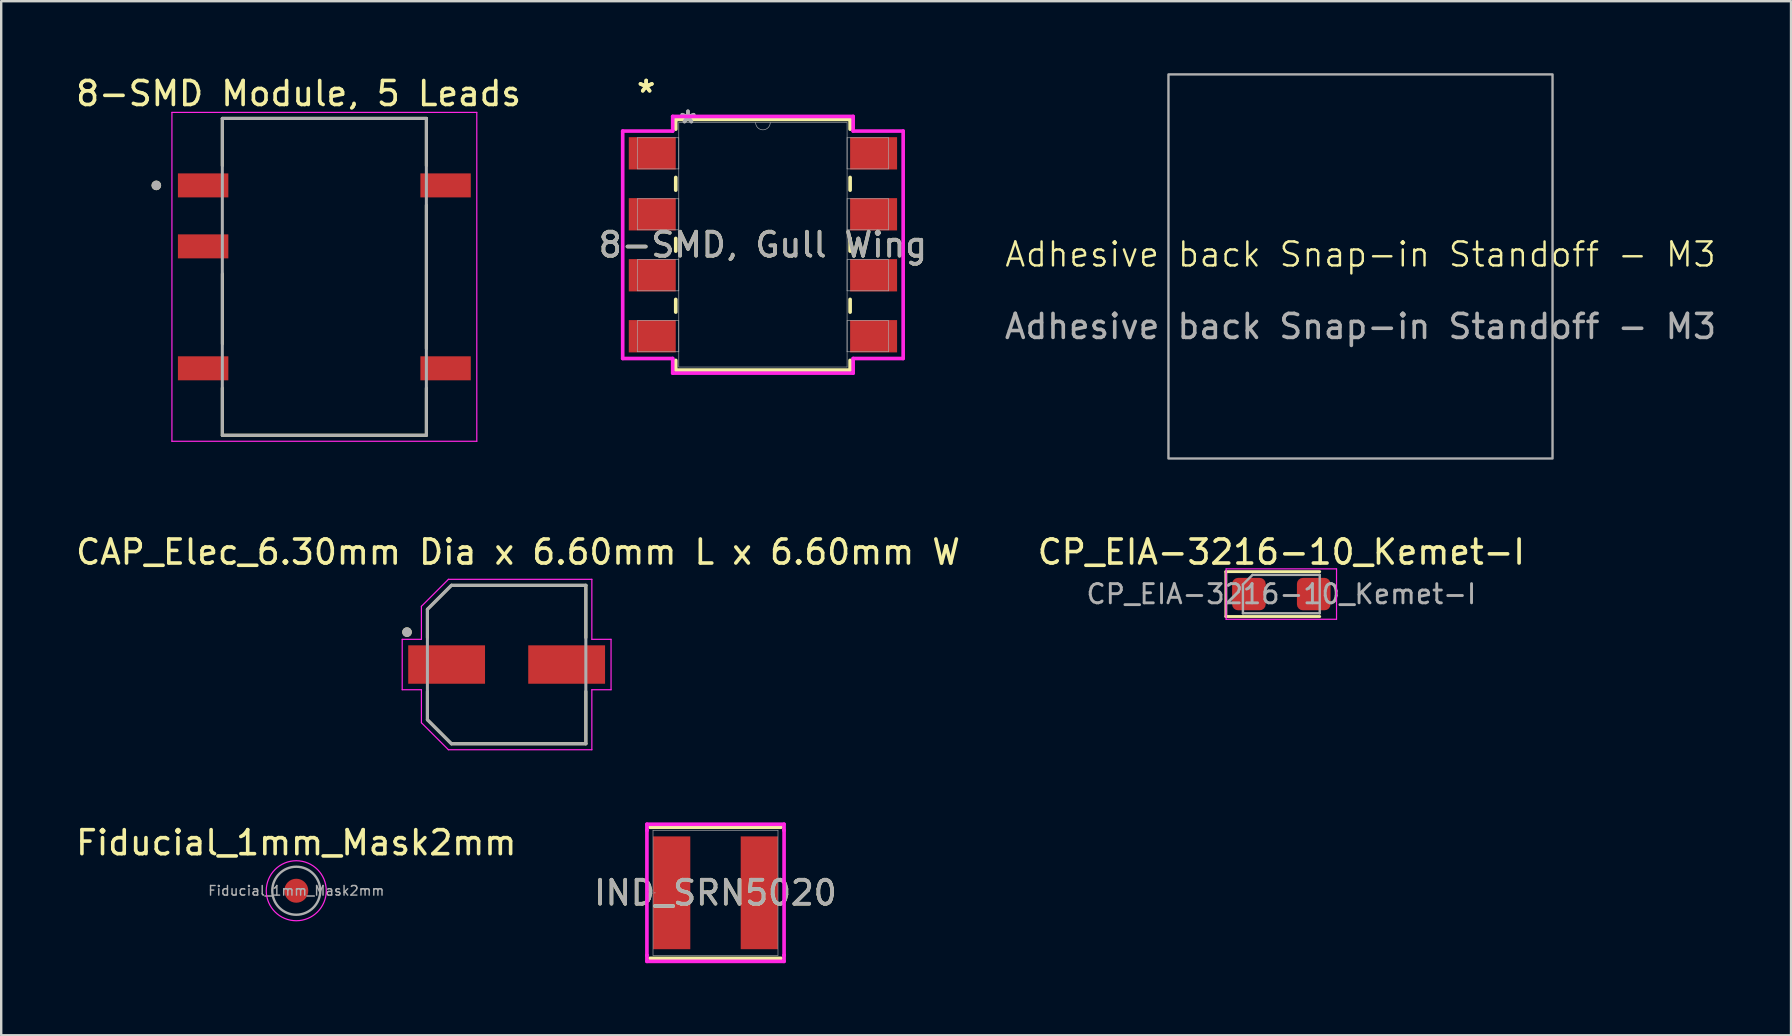
<source format=kicad_pcb>
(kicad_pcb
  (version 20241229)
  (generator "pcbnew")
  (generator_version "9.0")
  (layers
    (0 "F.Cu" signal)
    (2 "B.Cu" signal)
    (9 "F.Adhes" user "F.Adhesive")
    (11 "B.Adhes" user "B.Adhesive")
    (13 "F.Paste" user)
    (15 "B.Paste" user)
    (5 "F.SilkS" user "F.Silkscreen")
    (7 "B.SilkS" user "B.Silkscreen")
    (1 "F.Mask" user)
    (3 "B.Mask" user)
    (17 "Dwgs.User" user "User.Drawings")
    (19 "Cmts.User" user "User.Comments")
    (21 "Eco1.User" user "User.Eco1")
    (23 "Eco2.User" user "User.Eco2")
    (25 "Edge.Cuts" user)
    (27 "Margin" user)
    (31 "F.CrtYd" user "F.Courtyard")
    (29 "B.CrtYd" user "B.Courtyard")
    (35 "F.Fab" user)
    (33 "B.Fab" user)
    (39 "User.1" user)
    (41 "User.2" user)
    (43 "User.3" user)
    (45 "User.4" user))
  (footprint "Adhesive back Snap-in Standoff - M3"
    (layer "F.Cu")
    (at 53.625 8.05)
    (property "Reference" "Adhesive back Snap-in Standoff - M3" (at 0 -0.5 0) (unlocked yes) (layer "F.SilkS") (effects (font (size 1 1) (thickness 0.1))))
    (fp_rect (start -8 -8) (end 8 8) (stroke (width 0.1) (type default)) (fill no) (layer "F.Fab"))
    (fp_text user "${REFERENCE}" (at 0 2.5 0) (unlocked yes) (layer "F.Fab") (effects (font (size 1 1) (thickness 0.15)))))
  (footprint "8-SMD Module, 5 Leads"
    (layer "F.Cu")
    (at 10.462 8.483)
    (property "Reference" "8-SMD Module, 5 Leads" (at -1.075 -7.635 0) (layer "F.SilkS") (effects (font (size 1 1) (thickness 0.15))))
    (attr smd)
    (fp_line (start -4.25 -6.6) (end -4.25 -4.63) (stroke (width 0.127) (type solid)) (layer "F.SilkS"))
    (fp_line (start -4.25 -6.6) (end 4.25 -6.6) (stroke (width 0.127) (type solid)) (layer "F.SilkS"))
    (fp_line (start -4.25 6.6) (end -4.25 4.63) (stroke (width 0.127) (type solid)) (layer "F.SilkS"))
    (fp_line (start -4.247 -0.127) (end -4.247 2.794) (stroke (width 0.127) (type solid)) (layer "F.SilkS"))
    (fp_line (start 4.25 -6.6) (end 4.25 -4.63) (stroke (width 0.127) (type solid)) (layer "F.SilkS"))
    (fp_line (start 4.25 -2.99) (end 4.25 2.99) (stroke (width 0.127) (type solid)) (layer "F.SilkS"))
    (fp_line (start 4.25 6.6) (end -4.25 6.6) (stroke (width 0.127) (type solid)) (layer "F.SilkS"))
    (fp_line (start 4.25 6.6) (end 4.25 4.63) (stroke (width 0.127) (type solid)) (layer "F.SilkS"))
    (fp_circle (center -7 -3.81) (end -6.9 -3.81) (stroke (width 0.2) (type solid)) (fill no) (layer "F.SilkS"))
    (fp_line (start -6.35 -6.85) (end -6.35 6.85) (stroke (width 0.05) (type solid)) (layer "F.CrtYd"))
    (fp_line (start -6.35 6.85) (end 6.35 6.85) (stroke (width 0.05) (type solid)) (layer "F.CrtYd"))
    (fp_line (start 6.35 -6.85) (end -6.35 -6.85) (stroke (width 0.05) (type solid)) (layer "F.CrtYd"))
    (fp_line (start 6.35 6.85) (end 6.35 -6.85) (stroke (width 0.05) (type solid)) (layer "F.CrtYd"))
    (fp_line (start -4.25 -6.6) (end 4.25 -6.6) (stroke (width 0.127) (type solid)) (layer "F.Fab"))
    (fp_line (start -4.25 6.6) (end -4.25 -6.6) (stroke (width 0.127) (type solid)) (layer "F.Fab"))
    (fp_line (start 4.25 -6.6) (end 4.25 6.6) (stroke (width 0.127) (type solid)) (layer "F.Fab"))
    (fp_line (start 4.25 6.6) (end -4.25 6.6) (stroke (width 0.127) (type solid)) (layer "F.Fab"))
    (fp_circle (center -7 -3.81) (end -6.9 -3.81) (stroke (width 0.2) (type solid)) (fill no) (layer "F.Fab"))
    (pad "1" smd rect (at -5.05 -3.81) (size 2.1 1) (layers "F.Cu" "F.Mask" "F.Paste"))
    (pad "2" smd rect (at -5.05 -1.27) (size 2.1 1) (layers "F.Cu" "F.Mask" "F.Paste"))
    (pad "4" smd rect (at -5.05 3.81) (size 2.1 1) (layers "F.Cu" "F.Mask" "F.Paste"))
    (pad "5" smd rect (at 5.05 3.81) (size 2.1 1) (layers "F.Cu" "F.Mask" "F.Paste"))
    (pad "8" smd rect (at 5.05 -3.81) (size 2.1 1) (layers "F.Cu" "F.Mask" "F.Paste")))
  (footprint "8-SMD, Gull Wing"
    (layer "F.Cu")
    (at 28.732 7.147)
    (property "Reference" "8-SMD, Gull Wing" (at 0 0 0) (unlocked yes) (layer "F.SilkS") (effects (font (size 1 1) (thickness 0.15))))
    (attr smd)
    (fp_line (start -3.632 -5.22) (end -3.632 -4.816) (stroke (width 0.152) (type solid)) (layer "F.SilkS"))
    (fp_line (start -3.632 -2.804) (end -3.632 -2.276) (stroke (width 0.152) (type solid)) (layer "F.SilkS"))
    (fp_line (start -3.632 -0.264) (end -3.632 0.264) (stroke (width 0.152) (type solid)) (layer "F.SilkS"))
    (fp_line (start -3.632 2.276) (end -3.632 2.804) (stroke (width 0.152) (type solid)) (layer "F.SilkS"))
    (fp_line (start -3.632 4.816) (end -3.632 5.22) (stroke (width 0.152) (type solid)) (layer "F.SilkS"))
    (fp_line (start -3.632 5.22) (end 3.632 5.22) (stroke (width 0.152) (type solid)) (layer "F.SilkS"))
    (fp_line (start 3.632 -5.22) (end -3.632 -5.22) (stroke (width 0.152) (type solid)) (layer "F.SilkS"))
    (fp_line (start 3.632 -4.816) (end 3.632 -5.22) (stroke (width 0.152) (type solid)) (layer "F.SilkS"))
    (fp_line (start 3.632 -2.276) (end 3.632 -2.804) (stroke (width 0.152) (type solid)) (layer "F.SilkS"))
    (fp_line (start 3.632 0.264) (end 3.632 -0.264) (stroke (width 0.152) (type solid)) (layer "F.SilkS"))
    (fp_line (start 3.632 2.804) (end 3.632 2.276) (stroke (width 0.152) (type solid)) (layer "F.SilkS"))
    (fp_line (start 3.632 5.22) (end 3.632 4.816) (stroke (width 0.152) (type solid)) (layer "F.SilkS"))
    (fp_line (start -5.842 -4.737) (end -3.759 -4.737) (stroke (width 0.152) (type solid)) (layer "F.CrtYd"))
    (fp_line (start -5.842 4.737) (end -5.842 -4.737) (stroke (width 0.152) (type solid)) (layer "F.CrtYd"))
    (fp_line (start -5.842 4.737) (end -3.759 4.737) (stroke (width 0.152) (type solid)) (layer "F.CrtYd"))
    (fp_line (start -3.759 -5.347) (end 3.759 -5.347) (stroke (width 0.152) (type solid)) (layer "F.CrtYd"))
    (fp_line (start -3.759 -4.737) (end -3.759 -5.347) (stroke (width 0.152) (type solid)) (layer "F.CrtYd"))
    (fp_line (start -3.759 5.347) (end -3.759 4.737) (stroke (width 0.152) (type solid)) (layer "F.CrtYd"))
    (fp_line (start 3.759 -5.347) (end 3.759 -4.737) (stroke (width 0.152) (type solid)) (layer "F.CrtYd"))
    (fp_line (start 3.759 4.737) (end 3.759 5.347) (stroke (width 0.152) (type solid)) (layer "F.CrtYd"))
    (fp_line (start 3.759 5.347) (end -3.759 5.347) (stroke (width 0.152) (type solid)) (layer "F.CrtYd"))
    (fp_line (start 5.842 -4.737) (end 3.759 -4.737) (stroke (width 0.152) (type solid)) (layer "F.CrtYd"))
    (fp_line (start 5.842 -4.737) (end 5.842 4.737) (stroke (width 0.152) (type solid)) (layer "F.CrtYd"))
    (fp_line (start 5.842 4.737) (end 3.759 4.737) (stroke (width 0.152) (type solid)) (layer "F.CrtYd"))
    (fp_line (start -5.232 -4.458) (end -5.232 -3.162) (stroke (width 0.025) (type solid)) (layer "F.Fab"))
    (fp_line (start -5.232 -3.162) (end -3.505 -3.162) (stroke (width 0.025) (type solid)) (layer "F.Fab"))
    (fp_line (start -5.232 -1.918) (end -5.232 -0.622) (stroke (width 0.025) (type solid)) (layer "F.Fab"))
    (fp_line (start -5.232 -0.622) (end -3.505 -0.622) (stroke (width 0.025) (type solid)) (layer "F.Fab"))
    (fp_line (start -5.232 0.622) (end -5.232 1.918) (stroke (width 0.025) (type solid)) (layer "F.Fab"))
    (fp_line (start -5.232 1.918) (end -3.505 1.918) (stroke (width 0.025) (type solid)) (layer "F.Fab"))
    (fp_line (start -5.232 3.162) (end -5.232 4.458) (stroke (width 0.025) (type solid)) (layer "F.Fab"))
    (fp_line (start -5.232 4.458) (end -3.505 4.458) (stroke (width 0.025) (type solid)) (layer "F.Fab"))
    (fp_line (start -3.505 -5.093) (end -3.505 5.093) (stroke (width 0.025) (type solid)) (layer "F.Fab"))
    (fp_line (start -3.505 -4.458) (end -5.232 -4.458) (stroke (width 0.025) (type solid)) (layer "F.Fab"))
    (fp_line (start -3.505 -3.162) (end -3.505 -4.458) (stroke (width 0.025) (type solid)) (layer "F.Fab"))
    (fp_line (start -3.505 -1.918) (end -5.232 -1.918) (stroke (width 0.025) (type solid)) (layer "F.Fab"))
    (fp_line (start -3.505 -0.622) (end -3.505 -1.918) (stroke (width 0.025) (type solid)) (layer "F.Fab"))
    (fp_line (start -3.505 0.622) (end -5.232 0.622) (stroke (width 0.025) (type solid)) (layer "F.Fab"))
    (fp_line (start -3.505 1.918) (end -3.505 0.622) (stroke (width 0.025) (type solid)) (layer "F.Fab"))
    (fp_line (start -3.505 3.162) (end -5.232 3.162) (stroke (width 0.025) (type solid)) (layer "F.Fab"))
    (fp_line (start -3.505 4.458) (end -3.505 3.162) (stroke (width 0.025) (type solid)) (layer "F.Fab"))
    (fp_line (start -3.505 5.093) (end 3.505 5.093) (stroke (width 0.025) (type solid)) (layer "F.Fab"))
    (fp_line (start 3.505 -5.093) (end -3.505 -5.093) (stroke (width 0.025) (type solid)) (layer "F.Fab"))
    (fp_line (start 3.505 -4.458) (end 3.505 -3.162) (stroke (width 0.025) (type solid)) (layer "F.Fab"))
    (fp_line (start 3.505 -3.162) (end 5.232 -3.162) (stroke (width 0.025) (type solid)) (layer "F.Fab"))
    (fp_line (start 3.505 -1.918) (end 3.505 -0.622) (stroke (width 0.025) (type solid)) (layer "F.Fab"))
    (fp_line (start 3.505 -0.622) (end 5.232 -0.622) (stroke (width 0.025) (type solid)) (layer "F.Fab"))
    (fp_line (start 3.505 0.622) (end 3.505 1.918) (stroke (width 0.025) (type solid)) (layer "F.Fab"))
    (fp_line (start 3.505 1.918) (end 5.232 1.918) (stroke (width 0.025) (type solid)) (layer "F.Fab"))
    (fp_line (start 3.505 3.162) (end 3.505 4.458) (stroke (width 0.025) (type solid)) (layer "F.Fab"))
    (fp_line (start 3.505 4.458) (end 5.232 4.458) (stroke (width 0.025) (type solid)) (layer "F.Fab"))
    (fp_line (start 3.505 5.093) (end 3.505 -5.093) (stroke (width 0.025) (type solid)) (layer "F.Fab"))
    (fp_line (start 5.232 -4.458) (end 3.505 -4.458) (stroke (width 0.025) (type solid)) (layer "F.Fab"))
    (fp_line (start 5.232 -3.162) (end 5.232 -4.458) (stroke (width 0.025) (type solid)) (layer "F.Fab"))
    (fp_line (start 5.232 -1.918) (end 3.505 -1.918) (stroke (width 0.025) (type solid)) (layer "F.Fab"))
    (fp_line (start 5.232 -0.622) (end 5.232 -1.918) (stroke (width 0.025) (type solid)) (layer "F.Fab"))
    (fp_line (start 5.232 0.622) (end 3.505 0.622) (stroke (width 0.025) (type solid)) (layer "F.Fab"))
    (fp_line (start 5.232 1.918) (end 5.232 0.622) (stroke (width 0.025) (type solid)) (layer "F.Fab"))
    (fp_line (start 5.232 3.162) (end 3.505 3.162) (stroke (width 0.025) (type solid)) (layer "F.Fab"))
    (fp_line (start 5.232 4.458) (end 5.232 3.162) (stroke (width 0.025) (type solid)) (layer "F.Fab"))
    (fp_arc (start 0.3048 -5.0927) (mid 0 -4.7879) (end -0.3048 -5.0927) (stroke (width 0.0254) (type solid)) (layer "F.Fab"))
    (fp_text user "*" (at -4.864 -6.299 0) (layer "F.SilkS") (effects (font (size 1 1) (thickness 0.15))))
    (fp_text user "*" (at -4.864 -6.299 0) (unlocked yes) (layer "F.SilkS") (effects (font (size 1 1) (thickness 0.15))))
    (fp_text user "${REFERENCE}" (at 0 0 0) (unlocked yes) (layer "F.Fab") (effects (font (size 1 1) (thickness 0.15))))
    (fp_text user "*" (at -3.124 -5.016 0) (layer "F.Fab") (effects (font (size 1 1) (thickness 0.15))))
    (fp_text user "*" (at -3.124 -5.016 0) (unlocked yes) (layer "F.Fab") (effects (font (size 1 1) (thickness 0.15))))
    (pad "1" smd rect (at -4.61 -3.81) (size 1.956 1.346) (layers "F.Cu" "F.Mask" "F.Paste"))
    (pad "2" smd rect (at -4.61 -1.27) (size 1.956 1.346) (layers "F.Cu" "F.Mask" "F.Paste"))
    (pad "3" smd rect (at -4.61 1.27) (size 1.956 1.346) (layers "F.Cu" "F.Mask" "F.Paste"))
    (pad "4" smd rect (at -4.61 3.81) (size 1.956 1.346) (layers "F.Cu" "F.Mask" "F.Paste"))
    (pad "5" smd rect (at 4.61 3.81) (size 1.956 1.346) (layers "F.Cu" "F.Mask" "F.Paste"))
    (pad "6" smd rect (at 4.61 1.27) (size 1.956 1.346) (layers "F.Cu" "F.Mask" "F.Paste"))
    (pad "7" smd rect (at 4.61 -1.27) (size 1.956 1.346) (layers "F.Cu" "F.Mask" "F.Paste"))
    (pad "8" smd rect (at 4.61 -3.81) (size 1.956 1.346) (layers "F.Cu" "F.Mask" "F.Paste")))
  (footprint "CAP_Elec_6.30mm Dia x 6.60mm L x 6.60mm W"
    (layer "F.Cu")
    (at 18.055 24.633)
    (property "Reference" "CAP_Elec_6.30mm Dia x 6.60mm L x 6.60mm W" (at 0.475 -4.685 0) (layer "F.SilkS") (effects (font (size 1 1) (thickness 0.15))))
    (attr smd)
    (fp_line (start -3.3 -2.3) (end -3.3 -1.12) (stroke (width 0.127) (type solid)) (layer "F.SilkS"))
    (fp_line (start -3.3 1.12) (end -3.3 2.3) (stroke (width 0.127) (type solid)) (layer "F.SilkS"))
    (fp_line (start -3.3 2.3) (end -2.3 3.3) (stroke (width 0.127) (type solid)) (layer "F.SilkS"))
    (fp_line (start -2.3 -3.3) (end -3.3 -2.3) (stroke (width 0.127) (type solid)) (layer "F.SilkS"))
    (fp_line (start -2.3 3.3) (end 3.3 3.3) (stroke (width 0.127) (type solid)) (layer "F.SilkS"))
    (fp_line (start 3.3 -3.3) (end -2.3 -3.3) (stroke (width 0.127) (type solid)) (layer "F.SilkS"))
    (fp_line (start 3.3 -1.12) (end 3.3 -3.3) (stroke (width 0.127) (type solid)) (layer "F.SilkS"))
    (fp_line (start 3.3 3.3) (end 3.3 1.12) (stroke (width 0.127) (type solid)) (layer "F.SilkS"))
    (fp_circle (center -4.15 -1.35) (end -4.05 -1.35) (stroke (width 0.2) (type solid)) (fill no) (layer "F.SilkS"))
    (fp_line (start -4.35 -1.05) (end -3.55 -1.05) (stroke (width 0.05) (type solid)) (layer "F.CrtYd"))
    (fp_line (start -4.35 1.05) (end -4.35 -1.05) (stroke (width 0.05) (type solid)) (layer "F.CrtYd"))
    (fp_line (start -3.55 -2.425) (end -2.425 -3.55) (stroke (width 0.05) (type solid)) (layer "F.CrtYd"))
    (fp_line (start -3.55 -1.05) (end -3.55 -2.425) (stroke (width 0.05) (type solid)) (layer "F.CrtYd"))
    (fp_line (start -3.55 1.05) (end -4.35 1.05) (stroke (width 0.05) (type solid)) (layer "F.CrtYd"))
    (fp_line (start -3.55 2.425) (end -3.55 1.05) (stroke (width 0.05) (type solid)) (layer "F.CrtYd"))
    (fp_line (start -2.425 -3.55) (end 3.55 -3.55) (stroke (width 0.05) (type solid)) (layer "F.CrtYd"))
    (fp_line (start -2.425 3.55) (end -3.55 2.425) (stroke (width 0.05) (type solid)) (layer "F.CrtYd"))
    (fp_line (start 3.55 -3.55) (end 3.55 -1.05) (stroke (width 0.05) (type solid)) (layer "F.CrtYd"))
    (fp_line (start 3.55 -1.05) (end 4.35 -1.05) (stroke (width 0.05) (type solid)) (layer "F.CrtYd"))
    (fp_line (start 3.55 1.05) (end 3.55 3.55) (stroke (width 0.05) (type solid)) (layer "F.CrtYd"))
    (fp_line (start 3.55 3.55) (end -2.425 3.55) (stroke (width 0.05) (type solid)) (layer "F.CrtYd"))
    (fp_line (start 4.35 -1.05) (end 4.35 1.05) (stroke (width 0.05) (type solid)) (layer "F.CrtYd"))
    (fp_line (start 4.35 1.05) (end 3.55 1.05) (stroke (width 0.05) (type solid)) (layer "F.CrtYd"))
    (fp_line (start -3.3 -2.3) (end -3.3 2.3) (stroke (width 0.127) (type solid)) (layer "F.Fab"))
    (fp_line (start -3.3 2.3) (end -2.3 3.3) (stroke (width 0.127) (type solid)) (layer "F.Fab"))
    (fp_line (start -2.3 -3.3) (end -3.3 -2.3) (stroke (width 0.127) (type solid)) (layer "F.Fab"))
    (fp_line (start -2.3 3.3) (end 3.3 3.3) (stroke (width 0.127) (type solid)) (layer "F.Fab"))
    (fp_line (start 3.3 -3.3) (end -2.3 -3.3) (stroke (width 0.127) (type solid)) (layer "F.Fab"))
    (fp_line (start 3.3 3.3) (end 3.3 -3.3) (stroke (width 0.127) (type solid)) (layer "F.Fab"))
    (fp_circle (center -4.15 -1.35) (end -4.05 -1.35) (stroke (width 0.2) (type solid)) (fill no) (layer "F.Fab"))
    (pad "1" smd rect (at -2.5 0) (size 3.2 1.6) (layers "F.Cu" "F.Mask" "F.Paste"))
    (pad "2" smd rect (at 2.5 0) (size 3.2 1.6) (layers "F.Cu" "F.Mask" "F.Paste")))
  (footprint "IND_SRN5020"
    (layer "F.Cu")
    (at 26.756 34.142)
    (property "Reference" "IND_SRN5020" (at 0 0 0) (unlocked yes) (layer "F.SilkS") (effects (font (size 1 1) (thickness 0.15))))
    (attr smd)
    (fp_line (start -2.731 2.731) (end 2.731 2.731) (stroke (width 0.152) (type solid)) (layer "F.SilkS"))
    (fp_line (start 2.731 -2.731) (end -2.731 -2.731) (stroke (width 0.152) (type solid)) (layer "F.SilkS"))
    (fp_line (start -2.857 -2.857) (end 2.857 -2.857) (stroke (width 0.152) (type solid)) (layer "F.CrtYd"))
    (fp_line (start -2.857 -2.603) (end -2.857 -2.857) (stroke (width 0.152) (type solid)) (layer "F.CrtYd"))
    (fp_line (start -2.857 -2.603) (end -2.857 -2.603) (stroke (width 0.152) (type solid)) (layer "F.CrtYd"))
    (fp_line (start -2.857 2.603) (end -2.857 -2.603) (stroke (width 0.152) (type solid)) (layer "F.CrtYd"))
    (fp_line (start -2.857 2.603) (end -2.857 2.603) (stroke (width 0.152) (type solid)) (layer "F.CrtYd"))
    (fp_line (start -2.857 2.857) (end -2.857 2.603) (stroke (width 0.152) (type solid)) (layer "F.CrtYd"))
    (fp_line (start 2.857 -2.857) (end 2.857 -2.603) (stroke (width 0.152) (type solid)) (layer "F.CrtYd"))
    (fp_line (start 2.857 -2.603) (end 2.857 -2.603) (stroke (width 0.152) (type solid)) (layer "F.CrtYd"))
    (fp_line (start 2.857 -2.603) (end 2.857 2.603) (stroke (width 0.152) (type solid)) (layer "F.CrtYd"))
    (fp_line (start 2.857 2.603) (end 2.857 2.603) (stroke (width 0.152) (type solid)) (layer "F.CrtYd"))
    (fp_line (start 2.857 2.603) (end 2.857 2.857) (stroke (width 0.152) (type solid)) (layer "F.CrtYd"))
    (fp_line (start 2.857 2.857) (end -2.857 2.857) (stroke (width 0.152) (type solid)) (layer "F.CrtYd"))
    (fp_line (start -2.603 -2.603) (end -2.603 2.603) (stroke (width 0.025) (type solid)) (layer "F.Fab"))
    (fp_line (start -2.603 2.603) (end 2.603 2.603) (stroke (width 0.025) (type solid)) (layer "F.Fab"))
    (fp_line (start 2.603 -2.603) (end -2.603 -2.603) (stroke (width 0.025) (type solid)) (layer "F.Fab"))
    (fp_line (start 2.603 2.603) (end 2.603 -2.603) (stroke (width 0.025) (type solid)) (layer "F.Fab"))
    (fp_circle (center -2.527 0) (end -2.527 0) (stroke (width 0.025) (type solid)) (fill no) (layer "F.Fab"))
    (fp_text user "${REFERENCE}" (at 0 0 0) (unlocked yes) (layer "F.Fab") (effects (font (size 1 1) (thickness 0.15))))
    (pad "1" smd rect (at -1.825 0) (size 1.55 4.699) (layers "F.Cu" "F.Mask" "F.Paste"))
    (pad "2" smd rect (at 1.825 0) (size 1.55 4.699) (layers "F.Cu" "F.Mask" "F.Paste"))
    (zone (net_name "") (layer "F.Cu") (hatch full 0.508) (connect_pads) (min_thickness 0.254) (filled_areas_thickness no) (keepout (tracks not_allowed) (vias not_allowed) (pads allowed) (copperpour not_allowed) (footprints allowed)) (placement (enabled no)) (fill) (polygon (pts (xy 25.757 31.589) (xy 27.755 31.589) (xy 27.755 36.695) (xy 25.757 36.695)))))
  (footprint "CP_EIA-3216-10_Kemet-I"
    (layer "F.Cu")
    (at 50.327 21.698)
    (property "Reference" "CP_EIA-3216-10_Kemet-I" (at 0 -1.75 0) (layer "F.SilkS") (effects (font (size 1 1) (thickness 0.15))))
    (attr smd)
    (fp_line (start -2.31 -0.935) (end -2.31 0.935) (stroke (width 0.12) (type solid)) (layer "F.SilkS"))
    (fp_line (start -2.31 0.935) (end 1.6 0.935) (stroke (width 0.12) (type solid)) (layer "F.SilkS"))
    (fp_line (start 1.6 -0.935) (end -2.31 -0.935) (stroke (width 0.12) (type solid)) (layer "F.SilkS"))
    (fp_line (start -2.3 -1.05) (end 2.3 -1.05) (stroke (width 0.05) (type solid)) (layer "F.CrtYd"))
    (fp_line (start -2.3 1.05) (end -2.3 -1.05) (stroke (width 0.05) (type solid)) (layer "F.CrtYd"))
    (fp_line (start 2.3 -1.05) (end 2.3 1.05) (stroke (width 0.05) (type solid)) (layer "F.CrtYd"))
    (fp_line (start 2.3 1.05) (end -2.3 1.05) (stroke (width 0.05) (type solid)) (layer "F.CrtYd"))
    (fp_line (start -1.6 -0.4) (end -1.6 0.8) (stroke (width 0.1) (type solid)) (layer "F.Fab"))
    (fp_line (start -1.6 0.8) (end 1.6 0.8) (stroke (width 0.1) (type solid)) (layer "F.Fab"))
    (fp_line (start -1.2 -0.8) (end -1.6 -0.4) (stroke (width 0.1) (type solid)) (layer "F.Fab"))
    (fp_line (start 1.6 -0.8) (end -1.2 -0.8) (stroke (width 0.1) (type solid)) (layer "F.Fab"))
    (fp_line (start 1.6 0.8) (end 1.6 -0.8) (stroke (width 0.1) (type solid)) (layer "F.Fab"))
    (fp_text user "${REFERENCE}" (at 0 0 0) (layer "F.Fab") (effects (font (size 0.8 0.8) (thickness 0.12))))
    (pad "1" smd roundrect (at -1.35 0) (size 1.4 1.35) (layers "F.Cu" "F.Mask" "F.Paste") (roundrect_rratio 0.185))
    (pad "2" smd roundrect (at 1.35 0) (size 1.4 1.35) (layers "F.Cu" "F.Mask" "F.Paste") (roundrect_rratio 0.185)))
  (footprint "Fiducial_1mm_Mask2mm"
    (layer "F.Cu")
    (at 9.292 34.056)
    (property "Reference" "Fiducial_1mm_Mask2mm" (at 0 -2 0) (layer "F.SilkS") (effects (font (size 1 1) (thickness 0.15))))
    (attr smd)
    (fp_circle (center 0 0) (end 1.25 0) (stroke (width 0.05) (type solid)) (fill no) (layer "F.CrtYd"))
    (fp_circle (center 0 0) (end 1 0) (stroke (width 0.1) (type solid)) (fill no) (layer "F.Fab"))
    (fp_text user "${REFERENCE}" (at 0 0 0) (layer "F.Fab") (effects (font (size 0.4 0.4) (thickness 0.06))))
    (pad "" smd circle (at 0 0) (size 1 1) (layers "F.Cu" "F.Mask")))
  (gr_rect
    (start -3 -3)
    (end 71.56 40.076)
    (stroke (width 0.1) (type default))
    (fill no)
    (layer "Edge.Cuts")))
</source>
